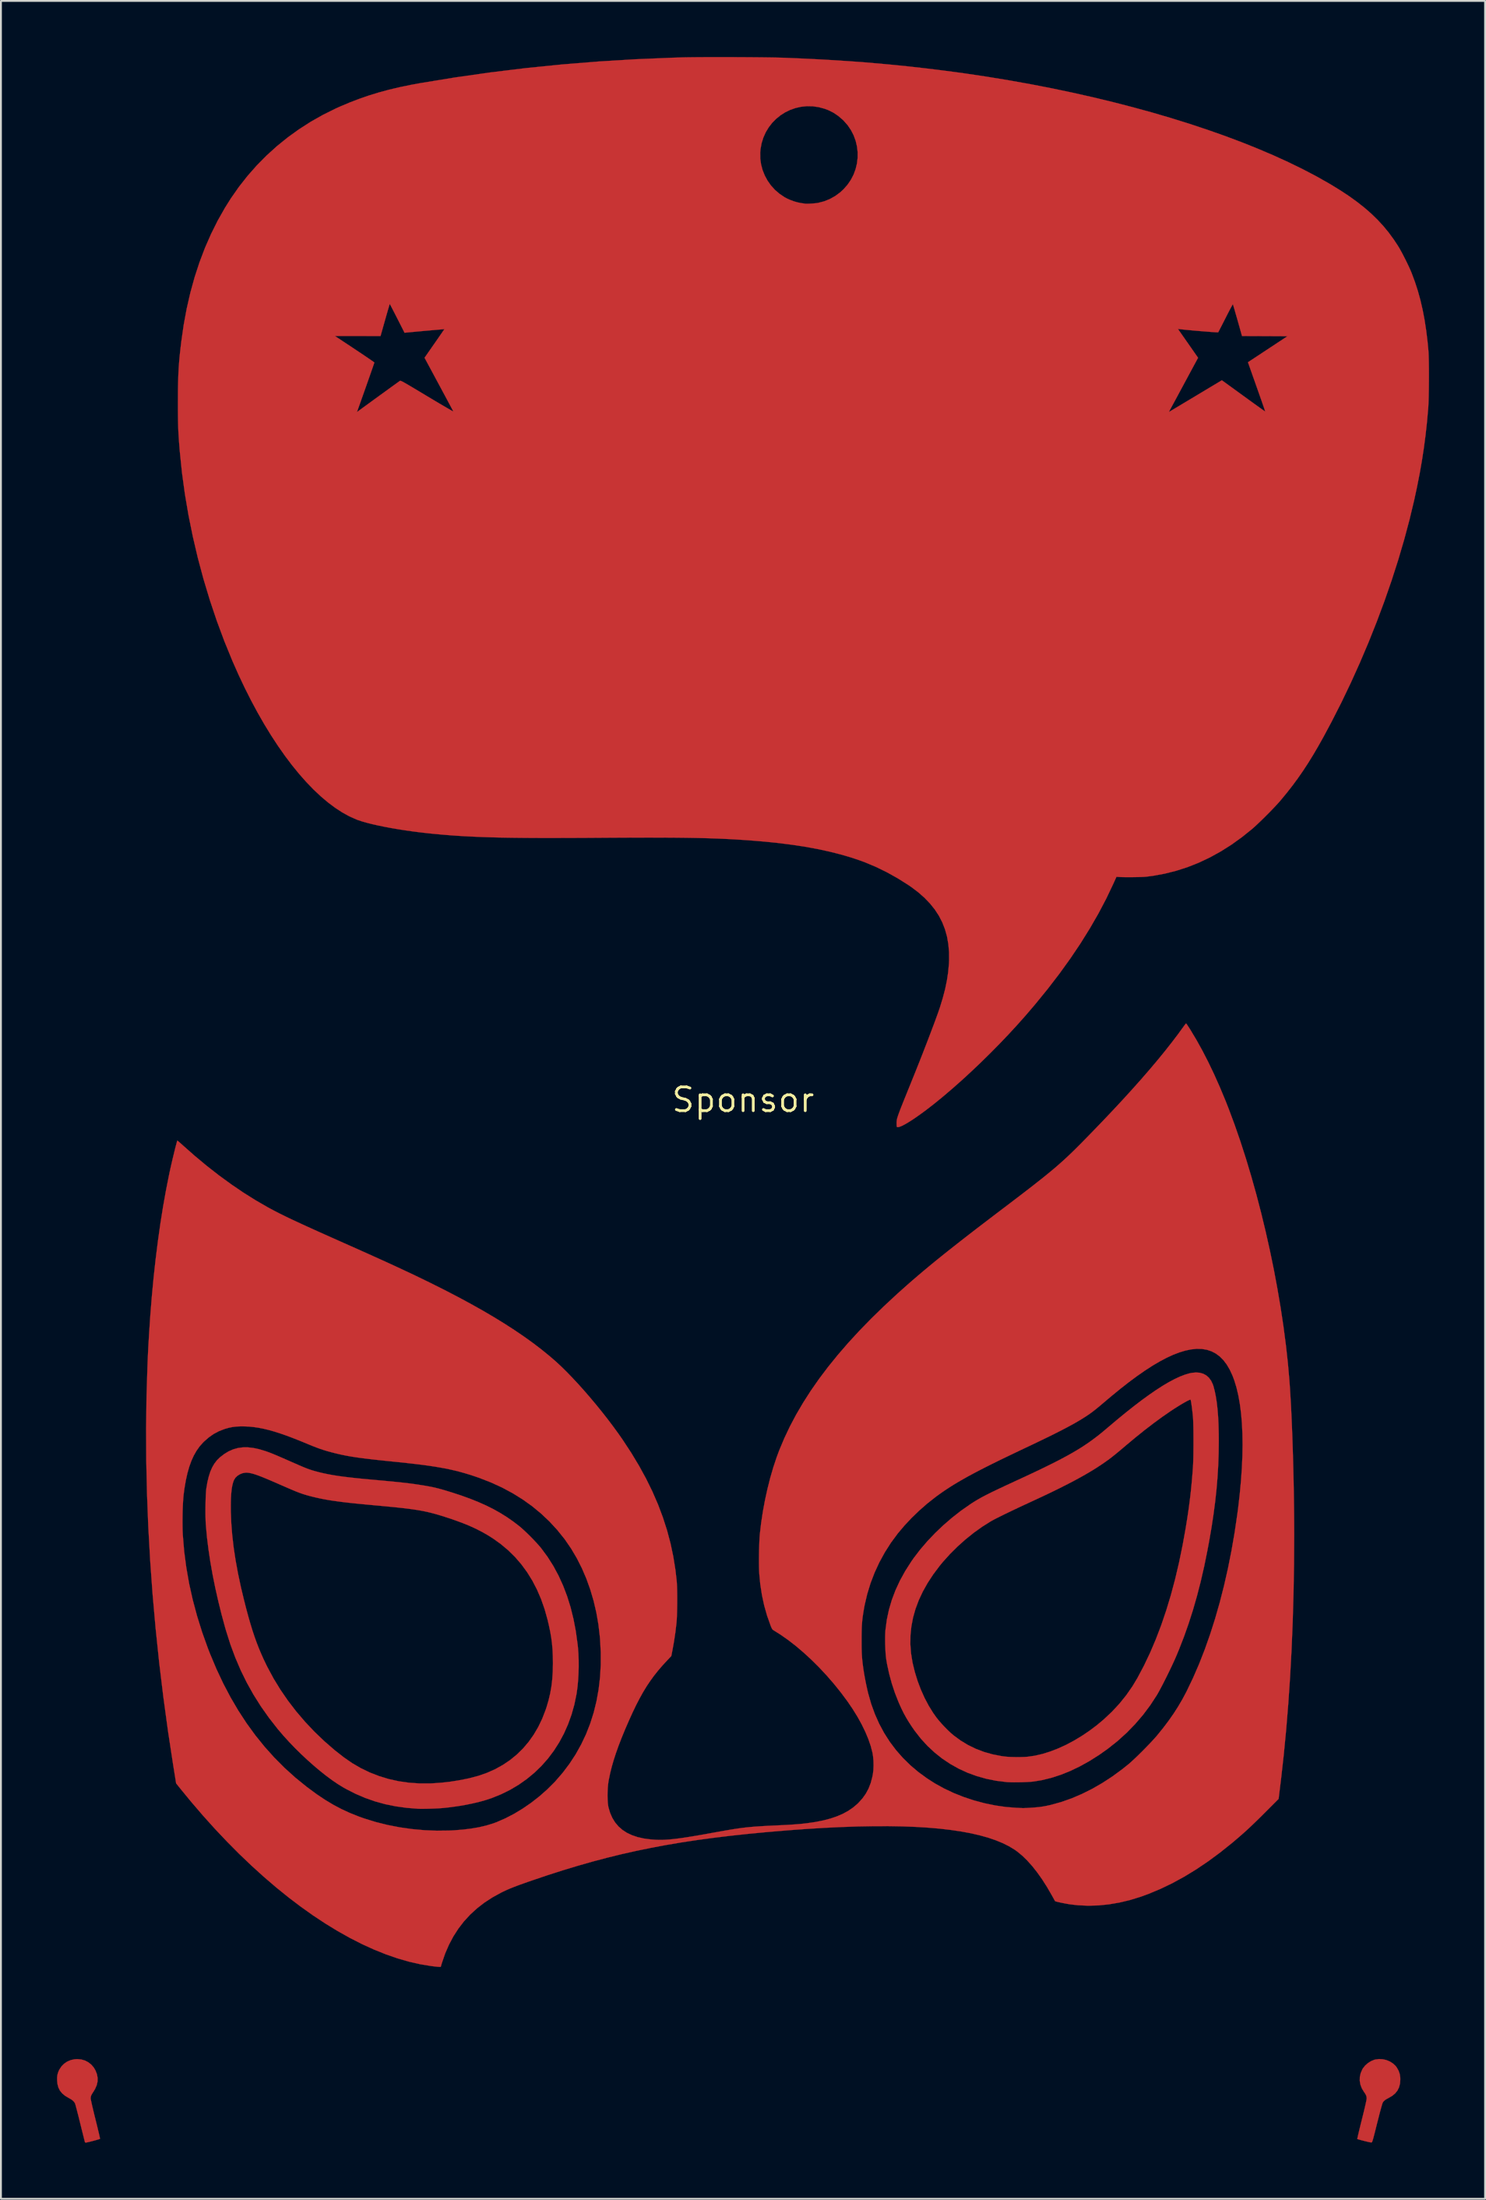
<source format=kicad_pcb>
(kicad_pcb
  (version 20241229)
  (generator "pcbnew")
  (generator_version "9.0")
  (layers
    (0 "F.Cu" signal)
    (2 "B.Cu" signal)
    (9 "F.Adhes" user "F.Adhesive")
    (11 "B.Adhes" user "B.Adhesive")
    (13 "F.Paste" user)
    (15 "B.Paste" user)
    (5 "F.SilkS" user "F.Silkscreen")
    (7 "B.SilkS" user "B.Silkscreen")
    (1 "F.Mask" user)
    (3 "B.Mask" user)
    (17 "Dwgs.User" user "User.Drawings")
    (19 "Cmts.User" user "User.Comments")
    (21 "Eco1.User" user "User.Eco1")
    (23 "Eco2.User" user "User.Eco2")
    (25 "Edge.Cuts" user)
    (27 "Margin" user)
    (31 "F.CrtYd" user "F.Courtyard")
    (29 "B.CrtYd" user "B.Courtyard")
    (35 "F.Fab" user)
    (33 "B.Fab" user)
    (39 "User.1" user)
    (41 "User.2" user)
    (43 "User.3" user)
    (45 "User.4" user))
  (footprint "Sponsor"
    (layer "F.Cu")
    (at 36.705 55.775)
    (property "Reference" "Sponsor" (at 0 0 0) (layer "F.SilkS") (effects (font (size 1.27 1.27) (thickness 0.15))))
    (attr through_hole)
    (fp_poly (pts (xy 34.223 51.316) (xy 34.418 51.36) (xy 34.601 51.436) (xy 34.767 51.541) (xy 34.907 51.671) (xy 34.977 51.764) (xy 35.073 51.935) (xy 35.133 52.111) (xy 35.161 52.303) (xy 35.163 52.398) (xy 35.146 52.62) (xy 35.095 52.817) (xy 35.009 52.991) (xy 34.887 53.143) (xy 34.728 53.275) (xy 34.544 53.382) (xy 34.42 53.449) (xy 34.33 53.51) (xy 34.265 53.573) (xy 34.228 53.624) (xy 34.212 53.663) (xy 34.186 53.74) (xy 34.153 53.854) (xy 34.112 54.002) (xy 34.064 54.181) (xy 34.01 54.39) (xy 33.95 54.626) (xy 33.923 54.73) (xy 33.865 54.963) (xy 33.816 55.158) (xy 33.775 55.318) (xy 33.741 55.447) (xy 33.714 55.549) (xy 33.692 55.626) (xy 33.674 55.682) (xy 33.659 55.721) (xy 33.647 55.746) (xy 33.635 55.759) (xy 33.624 55.765) (xy 33.612 55.767) (xy 33.575 55.763) (xy 33.504 55.75) (xy 33.409 55.729) (xy 33.298 55.702) (xy 33.217 55.682) (xy 33.103 55.652) (xy 33.003 55.625) (xy 32.925 55.603) (xy 32.875 55.587) (xy 32.862 55.581) (xy 32.864 55.559) (xy 32.876 55.499) (xy 32.897 55.406) (xy 32.925 55.285) (xy 32.96 55.137) (xy 33.001 54.969) (xy 33.046 54.784) (xy 33.096 54.585) (xy 33.106 54.544) (xy 33.164 54.312) (xy 33.216 54.099) (xy 33.261 53.909) (xy 33.299 53.744) (xy 33.329 53.608) (xy 33.35 53.504) (xy 33.362 53.436) (xy 33.364 53.414) (xy 33.357 53.33) (xy 33.333 53.25) (xy 33.286 53.161) (xy 33.218 53.062) (xy 33.103 52.871) (xy 33.028 52.671) (xy 32.993 52.467) (xy 32.998 52.261) (xy 33.043 52.058) (xy 33.128 51.862) (xy 33.168 51.794) (xy 33.281 51.653) (xy 33.424 51.527) (xy 33.586 51.423) (xy 33.756 51.35) (xy 33.825 51.331) (xy 34.023 51.305) (xy 34.223 51.316)) (stroke (width 0.01) (type solid)) (fill yes) (layer "F.Cu"))
    (fp_poly (pts (xy -35.407 51.328) (xy -35.208 51.386) (xy -35.026 51.481) (xy -34.867 51.608) (xy -34.733 51.766) (xy -34.65 51.909) (xy -34.57 52.112) (xy -34.533 52.311) (xy -34.536 52.51) (xy -34.582 52.708) (xy -34.67 52.908) (xy -34.746 53.035) (xy -34.813 53.138) (xy -34.858 53.216) (xy -34.885 53.28) (xy -34.899 53.338) (xy -34.904 53.401) (xy -34.904 53.416) (xy -34.899 53.455) (xy -34.884 53.53) (xy -34.861 53.638) (xy -34.831 53.774) (xy -34.794 53.933) (xy -34.751 54.111) (xy -34.705 54.304) (xy -34.654 54.507) (xy -34.649 54.529) (xy -34.599 54.73) (xy -34.552 54.919) (xy -34.511 55.092) (xy -34.474 55.244) (xy -34.444 55.372) (xy -34.422 55.472) (xy -34.408 55.539) (xy -34.403 55.57) (xy -34.403 55.571) (xy -34.424 55.582) (xy -34.479 55.6) (xy -34.56 55.624) (xy -34.658 55.652) (xy -34.766 55.681) (xy -34.875 55.709) (xy -34.979 55.735) (xy -35.068 55.756) (xy -35.136 55.77) (xy -35.174 55.775) (xy -35.174 55.775) (xy -35.206 55.757) (xy -35.211 55.748) (xy -35.218 55.722) (xy -35.234 55.66) (xy -35.258 55.565) (xy -35.289 55.441) (xy -35.326 55.292) (xy -35.369 55.123) (xy -35.415 54.937) (xy -35.464 54.739) (xy -35.467 54.726) (xy -35.517 54.526) (xy -35.564 54.337) (xy -35.609 54.164) (xy -35.648 54.01) (xy -35.683 53.88) (xy -35.71 53.778) (xy -35.73 53.709) (xy -35.741 53.676) (xy -35.741 53.676) (xy -35.793 53.595) (xy -35.862 53.524) (xy -35.956 53.456) (xy -36.083 53.384) (xy -36.086 53.383) (xy -36.278 53.268) (xy -36.431 53.139) (xy -36.548 52.994) (xy -36.63 52.829) (xy -36.68 52.64) (xy -36.698 52.463) (xy -36.7 52.296) (xy -36.684 52.155) (xy -36.648 52.025) (xy -36.591 51.891) (xy -36.579 51.87) (xy -36.467 51.698) (xy -36.325 51.554) (xy -36.157 51.441) (xy -35.969 51.361) (xy -35.763 51.317) (xy -35.62 51.308) (xy -35.407 51.328)) (stroke (width 0.01) (type solid)) (fill yes) (layer "F.Cu"))
    (fp_poly (pts (xy 24.438 14.599) (xy 24.622 14.653) (xy 24.785 14.742) (xy 24.925 14.867) (xy 25.042 15.027) (xy 25.133 15.221) (xy 25.167 15.321) (xy 25.236 15.587) (xy 25.295 15.88) (xy 25.345 16.204) (xy 25.384 16.559) (xy 25.415 16.948) (xy 25.436 17.372) (xy 25.448 17.835) (xy 25.451 18.277) (xy 25.443 18.919) (xy 25.42 19.555) (xy 25.382 20.192) (xy 25.328 20.834) (xy 25.258 21.488) (xy 25.17 22.159) (xy 25.065 22.853) (xy 24.941 23.575) (xy 24.837 24.13) (xy 24.666 24.97) (xy 24.481 25.774) (xy 24.282 26.546) (xy 24.068 27.291) (xy 23.837 28.013) (xy 23.588 28.717) (xy 23.32 29.406) (xy 23.174 29.755) (xy 23.098 29.93) (xy 23.008 30.127) (xy 22.908 30.34) (xy 22.801 30.563) (xy 22.69 30.79) (xy 22.578 31.014) (xy 22.469 31.229) (xy 22.365 31.428) (xy 22.27 31.606) (xy 22.186 31.756) (xy 22.137 31.84) (xy 21.786 32.379) (xy 21.4 32.894) (xy 20.98 33.384) (xy 20.527 33.85) (xy 20.041 34.29) (xy 19.522 34.703) (xy 19.039 35.045) (xy 18.525 35.369) (xy 18.013 35.653) (xy 17.502 35.898) (xy 16.994 36.102) (xy 16.49 36.265) (xy 15.991 36.387) (xy 15.557 36.459) (xy 15.427 36.473) (xy 15.265 36.484) (xy 15.08 36.493) (xy 14.882 36.5) (xy 14.682 36.503) (xy 14.488 36.504) (xy 14.312 36.501) (xy 14.162 36.495) (xy 14.097 36.49) (xy 13.548 36.422) (xy 13.017 36.316) (xy 12.504 36.172) (xy 12.01 35.992) (xy 11.537 35.775) (xy 11.085 35.522) (xy 10.655 35.235) (xy 10.249 34.912) (xy 9.866 34.556) (xy 9.51 34.167) (xy 9.179 33.744) (xy 9.008 33.496) (xy 8.851 33.253) (xy 8.715 33.025) (xy 8.592 32.801) (xy 8.476 32.566) (xy 8.359 32.308) (xy 8.317 32.212) (xy 8.126 31.726) (xy 7.957 31.216) (xy 7.815 30.695) (xy 7.703 30.178) (xy 7.659 29.919) (xy 7.64 29.769) (xy 7.625 29.587) (xy 7.613 29.383) (xy 7.605 29.166) (xy 7.604 29.123) (xy 8.949 29.123) (xy 8.986 29.604) (xy 9.064 30.087) (xy 9.072 30.127) (xy 9.19 30.61) (xy 9.337 31.085) (xy 9.511 31.546) (xy 9.71 31.989) (xy 9.931 32.407) (xy 10.171 32.795) (xy 10.339 33.031) (xy 10.469 33.194) (xy 10.622 33.37) (xy 10.788 33.548) (xy 10.958 33.719) (xy 11.123 33.874) (xy 11.263 33.993) (xy 11.64 34.271) (xy 12.037 34.511) (xy 12.453 34.713) (xy 12.889 34.879) (xy 13.346 35.008) (xy 13.824 35.101) (xy 14.011 35.126) (xy 14.149 35.139) (xy 14.317 35.148) (xy 14.505 35.153) (xy 14.7 35.155) (xy 14.891 35.153) (xy 15.068 35.147) (xy 15.217 35.137) (xy 15.231 35.135) (xy 15.615 35.08) (xy 16.012 34.988) (xy 16.421 34.861) (xy 16.838 34.701) (xy 17.258 34.51) (xy 17.678 34.289) (xy 18.096 34.04) (xy 18.506 33.765) (xy 18.907 33.466) (xy 19.288 33.148) (xy 19.729 32.734) (xy 20.134 32.299) (xy 20.502 31.842) (xy 20.835 31.363) (xy 21.098 30.924) (xy 21.447 30.266) (xy 21.775 29.577) (xy 22.082 28.856) (xy 22.37 28.103) (xy 22.637 27.316) (xy 22.886 26.495) (xy 23.115 25.639) (xy 23.325 24.746) (xy 23.516 23.818) (xy 23.675 22.935) (xy 23.761 22.405) (xy 23.836 21.904) (xy 23.9 21.422) (xy 23.956 20.947) (xy 24.003 20.468) (xy 24.045 19.975) (xy 24.07 19.622) (xy 24.078 19.487) (xy 24.084 19.321) (xy 24.089 19.128) (xy 24.093 18.914) (xy 24.095 18.686) (xy 24.097 18.449) (xy 24.097 18.209) (xy 24.096 17.972) (xy 24.095 17.744) (xy 24.091 17.531) (xy 24.087 17.339) (xy 24.082 17.174) (xy 24.075 17.041) (xy 24.07 16.976) (xy 24.057 16.834) (xy 24.041 16.688) (xy 24.023 16.542) (xy 24.006 16.403) (xy 23.988 16.278) (xy 23.972 16.173) (xy 23.957 16.094) (xy 23.946 16.047) (xy 23.942 16.038) (xy 23.914 16.039) (xy 23.855 16.062) (xy 23.769 16.103) (xy 23.659 16.163) (xy 23.529 16.237) (xy 23.383 16.324) (xy 23.224 16.422) (xy 23.056 16.529) (xy 22.884 16.642) (xy 22.853 16.663) (xy 22.418 16.964) (xy 21.962 17.298) (xy 21.485 17.664) (xy 20.986 18.065) (xy 20.465 18.5) (xy 20.352 18.596) (xy 20.216 18.711) (xy 20.077 18.827) (xy 19.94 18.94) (xy 19.814 19.041) (xy 19.706 19.127) (xy 19.632 19.184) (xy 19.396 19.355) (xy 19.149 19.525) (xy 18.887 19.696) (xy 18.609 19.867) (xy 18.312 20.042) (xy 17.993 20.221) (xy 17.65 20.406) (xy 17.28 20.597) (xy 16.882 20.798) (xy 16.451 21.008) (xy 15.986 21.229) (xy 15.485 21.462) (xy 15.346 21.526) (xy 15.037 21.669) (xy 14.741 21.807) (xy 14.46 21.94) (xy 14.198 22.066) (xy 13.958 22.182) (xy 13.742 22.289) (xy 13.555 22.383) (xy 13.399 22.464) (xy 13.278 22.53) (xy 13.237 22.554) (xy 12.785 22.839) (xy 12.336 23.161) (xy 11.896 23.515) (xy 11.471 23.895) (xy 11.069 24.295) (xy 10.694 24.711) (xy 10.514 24.929) (xy 10.172 25.386) (xy 9.872 25.844) (xy 9.614 26.304) (xy 9.398 26.767) (xy 9.224 27.233) (xy 9.092 27.701) (xy 9.003 28.172) (xy 8.955 28.646) (xy 8.949 29.123) (xy 7.604 29.123) (xy 7.601 28.948) (xy 7.601 28.736) (xy 7.606 28.543) (xy 7.616 28.376) (xy 7.619 28.348) (xy 7.69 27.81) (xy 7.803 27.278) (xy 7.958 26.751) (xy 8.155 26.23) (xy 8.394 25.714) (xy 8.675 25.204) (xy 8.998 24.698) (xy 9.126 24.514) (xy 9.472 24.062) (xy 9.855 23.615) (xy 10.27 23.178) (xy 10.711 22.758) (xy 11.174 22.358) (xy 11.653 21.983) (xy 12.139 21.643) (xy 12.254 21.567) (xy 12.366 21.496) (xy 12.478 21.427) (xy 12.592 21.36) (xy 12.714 21.291) (xy 12.844 21.22) (xy 12.988 21.145) (xy 13.147 21.065) (xy 13.324 20.977) (xy 13.524 20.881) (xy 13.749 20.774) (xy 14.002 20.655) (xy 14.287 20.523) (xy 14.606 20.375) (xy 14.711 20.327) (xy 15.178 20.111) (xy 15.609 19.908) (xy 16.005 19.719) (xy 16.371 19.54) (xy 16.709 19.371) (xy 17.02 19.21) (xy 17.309 19.055) (xy 17.578 18.905) (xy 17.83 18.758) (xy 18.067 18.613) (xy 18.292 18.467) (xy 18.508 18.32) (xy 18.717 18.169) (xy 18.923 18.014) (xy 19.128 17.852) (xy 19.334 17.682) (xy 19.494 17.546) (xy 19.992 17.126) (xy 20.464 16.739) (xy 20.91 16.385) (xy 21.333 16.063) (xy 21.731 15.774) (xy 22.105 15.516) (xy 22.456 15.291) (xy 22.784 15.097) (xy 23.09 14.935) (xy 23.373 14.803) (xy 23.636 14.702) (xy 23.877 14.631) (xy 24.01 14.604) (xy 24.234 14.583) (xy 24.438 14.599)) (stroke (width 0.01) (type solid)) (fill yes) (layer "F.Cu"))
    (fp_poly (pts (xy -26.195 18.622) (xy -25.881 18.69) (xy -25.544 18.792) (xy -25.437 18.83) (xy -25.352 18.861) (xy -25.265 18.894) (xy -25.172 18.931) (xy -25.068 18.974) (xy -24.948 19.024) (xy -24.809 19.084) (xy -24.646 19.154) (xy -24.455 19.238) (xy -24.23 19.337) (xy -24.162 19.367) (xy -23.945 19.462) (xy -23.762 19.542) (xy -23.607 19.609) (xy -23.474 19.664) (xy -23.359 19.71) (xy -23.256 19.748) (xy -23.16 19.782) (xy -23.066 19.813) (xy -22.968 19.842) (xy -22.901 19.861) (xy -22.677 19.921) (xy -22.44 19.977) (xy -22.187 20.029) (xy -21.915 20.078) (xy -21.62 20.124) (xy -21.298 20.167) (xy -20.945 20.209) (xy -20.558 20.25) (xy -20.133 20.291) (xy -20.055 20.298) (xy -19.702 20.33) (xy -19.386 20.359) (xy -19.106 20.385) (xy -18.857 20.408) (xy -18.635 20.43) (xy -18.436 20.45) (xy -18.258 20.469) (xy -18.096 20.487) (xy -17.947 20.504) (xy -17.806 20.522) (xy -17.671 20.54) (xy -17.537 20.559) (xy -17.402 20.579) (xy -17.293 20.596) (xy -17.058 20.633) (xy -16.851 20.669) (xy -16.663 20.705) (xy -16.484 20.744) (xy -16.306 20.788) (xy -16.118 20.839) (xy -15.912 20.899) (xy -15.677 20.971) (xy -15.61 20.991) (xy -15.093 21.16) (xy -14.614 21.333) (xy -14.168 21.511) (xy -13.752 21.696) (xy -13.36 21.891) (xy -12.99 22.099) (xy -12.636 22.32) (xy -12.294 22.558) (xy -11.989 22.791) (xy -11.861 22.898) (xy -11.714 23.031) (xy -11.554 23.182) (xy -11.389 23.344) (xy -11.226 23.511) (xy -11.072 23.674) (xy -10.934 23.827) (xy -10.819 23.962) (xy -10.8 23.986) (xy -10.46 24.446) (xy -10.152 24.932) (xy -9.876 25.444) (xy -9.63 25.983) (xy -9.414 26.549) (xy -9.229 27.142) (xy -9.075 27.764) (xy -8.95 28.415) (xy -8.856 29.096) (xy -8.834 29.295) (xy -8.81 29.614) (xy -8.797 29.959) (xy -8.795 30.32) (xy -8.805 30.686) (xy -8.826 31.046) (xy -8.857 31.389) (xy -8.899 31.704) (xy -8.912 31.786) (xy -9.027 32.346) (xy -9.179 32.885) (xy -9.365 33.402) (xy -9.585 33.897) (xy -9.838 34.367) (xy -10.123 34.813) (xy -10.439 35.233) (xy -10.786 35.625) (xy -11.162 35.989) (xy -11.567 36.324) (xy -11.999 36.629) (xy -12.458 36.902) (xy -12.943 37.142) (xy -13.453 37.349) (xy -13.455 37.349) (xy -13.757 37.449) (xy -14.094 37.544) (xy -14.46 37.631) (xy -14.845 37.71) (xy -15.244 37.778) (xy -15.65 37.835) (xy -16.023 37.876) (xy -16.159 37.887) (xy -16.323 37.897) (xy -16.503 37.906) (xy -16.692 37.913) (xy -16.88 37.918) (xy -17.058 37.921) (xy -17.216 37.922) (xy -17.345 37.92) (xy -17.388 37.918) (xy -17.999 37.87) (xy -18.585 37.788) (xy -19.15 37.673) (xy -19.697 37.522) (xy -20.229 37.335) (xy -20.748 37.112) (xy -21.258 36.851) (xy -21.39 36.776) (xy -21.679 36.599) (xy -21.986 36.39) (xy -22.307 36.152) (xy -22.638 35.89) (xy -22.974 35.606) (xy -23.312 35.306) (xy -23.647 34.992) (xy -23.975 34.669) (xy -24.292 34.339) (xy -24.593 34.008) (xy -24.875 33.678) (xy -24.905 33.642) (xy -25.372 33.044) (xy -25.801 32.435) (xy -26.193 31.813) (xy -26.55 31.174) (xy -26.874 30.516) (xy -27.166 29.834) (xy -27.429 29.126) (xy -27.663 28.388) (xy -27.704 28.247) (xy -27.9 27.527) (xy -28.078 26.81) (xy -28.238 26.1) (xy -28.379 25.401) (xy -28.5 24.719) (xy -28.6 24.057) (xy -28.679 23.42) (xy -28.735 22.813) (xy -28.746 22.665) (xy -28.754 22.514) (xy -28.759 22.336) (xy -28.762 22.139) (xy -28.762 21.931) (xy -28.76 21.718) (xy -28.759 21.618) (xy -27.407 21.618) (xy -27.406 21.952) (xy -27.405 22.032) (xy -27.381 22.643) (xy -27.332 23.275) (xy -27.256 23.931) (xy -27.154 24.611) (xy -27.025 25.318) (xy -26.869 26.053) (xy -26.701 26.755) (xy -26.585 27.21) (xy -26.472 27.629) (xy -26.361 28.016) (xy -26.251 28.375) (xy -26.139 28.713) (xy -26.023 29.034) (xy -25.903 29.343) (xy -25.776 29.645) (xy -25.641 29.945) (xy -25.495 30.248) (xy -25.453 30.332) (xy -25.123 30.946) (xy -24.754 31.549) (xy -24.348 32.139) (xy -23.907 32.713) (xy -23.434 33.267) (xy -22.932 33.799) (xy -22.402 34.306) (xy -21.848 34.786) (xy -21.364 35.166) (xy -20.918 35.475) (xy -20.453 35.746) (xy -19.97 35.979) (xy -19.47 36.173) (xy -18.954 36.33) (xy -18.423 36.447) (xy -17.878 36.525) (xy -17.319 36.564) (xy -16.748 36.564) (xy -16.542 36.554) (xy -16.095 36.52) (xy -15.662 36.47) (xy -15.228 36.402) (xy -14.778 36.314) (xy -14.658 36.288) (xy -14.168 36.16) (xy -13.703 35.998) (xy -13.263 35.802) (xy -12.851 35.574) (xy -12.465 35.314) (xy -12.107 35.021) (xy -11.776 34.697) (xy -11.474 34.342) (xy -11.201 33.957) (xy -10.957 33.542) (xy -10.744 33.097) (xy -10.561 32.623) (xy -10.513 32.479) (xy -10.405 32.11) (xy -10.319 31.746) (xy -10.254 31.379) (xy -10.209 30.999) (xy -10.182 30.598) (xy -10.173 30.167) (xy -10.173 30.12) (xy -10.178 29.754) (xy -10.193 29.414) (xy -10.221 29.09) (xy -10.262 28.771) (xy -10.318 28.444) (xy -10.391 28.099) (xy -10.456 27.822) (xy -10.615 27.251) (xy -10.804 26.711) (xy -11.023 26.201) (xy -11.272 25.72) (xy -11.551 25.269) (xy -11.86 24.847) (xy -12.199 24.454) (xy -12.569 24.09) (xy -12.969 23.755) (xy -13.377 23.463) (xy -13.676 23.275) (xy -13.983 23.101) (xy -14.303 22.938) (xy -14.643 22.783) (xy -15.01 22.634) (xy -15.408 22.488) (xy -15.723 22.381) (xy -15.941 22.31) (xy -16.143 22.246) (xy -16.335 22.188) (xy -16.519 22.136) (xy -16.7 22.089) (xy -16.88 22.045) (xy -17.065 22.006) (xy -17.256 21.969) (xy -17.458 21.935) (xy -17.675 21.903) (xy -17.91 21.871) (xy -18.166 21.84) (xy -18.448 21.809) (xy -18.76 21.777) (xy -19.103 21.744) (xy -19.484 21.708) (xy -19.738 21.685) (xy -20.158 21.646) (xy -20.54 21.609) (xy -20.887 21.574) (xy -21.202 21.539) (xy -21.489 21.505) (xy -21.751 21.47) (xy -21.992 21.436) (xy -22.216 21.4) (xy -22.426 21.362) (xy -22.626 21.322) (xy -22.819 21.28) (xy -23.009 21.235) (xy -23.04 21.227) (xy -23.179 21.192) (xy -23.306 21.157) (xy -23.426 21.122) (xy -23.544 21.085) (xy -23.665 21.043) (xy -23.794 20.996) (xy -23.936 20.94) (xy -24.095 20.874) (xy -24.278 20.796) (xy -24.489 20.705) (xy -24.733 20.598) (xy -24.765 20.584) (xy -25.058 20.456) (xy -25.316 20.345) (xy -25.542 20.25) (xy -25.738 20.17) (xy -25.909 20.104) (xy -26.057 20.051) (xy -26.185 20.01) (xy -26.297 19.98) (xy -26.394 19.959) (xy -26.481 19.947) (xy -26.561 19.942) (xy -26.617 19.943) (xy -26.771 19.968) (xy -26.919 20.025) (xy -27.051 20.109) (xy -27.16 20.214) (xy -27.237 20.335) (xy -27.241 20.345) (xy -27.29 20.483) (xy -27.331 20.647) (xy -27.362 20.84) (xy -27.385 21.065) (xy -27.4 21.323) (xy -27.407 21.618) (xy -28.759 21.618) (xy -28.757 21.509) (xy -28.751 21.308) (xy -28.743 21.125) (xy -28.734 20.967) (xy -28.723 20.839) (xy -28.716 20.786) (xy -28.659 20.451) (xy -28.588 20.155) (xy -28.504 19.892) (xy -28.404 19.662) (xy -28.286 19.46) (xy -28.151 19.284) (xy -27.996 19.13) (xy -27.986 19.121) (xy -27.755 18.943) (xy -27.521 18.801) (xy -27.279 18.695) (xy -27.028 18.624) (xy -26.766 18.589) (xy -26.489 18.588) (xy -26.195 18.622)) (stroke (width 0.01) (type solid)) (fill yes) (layer "F.Cu"))
    (fp_poly (pts (xy -1.015 -55.77) (xy -0.666 -55.769) (xy -0.315 -55.768) (xy 0.033 -55.766) (xy 0.374 -55.764) (xy 0.704 -55.761) (xy 1.019 -55.758) (xy 1.314 -55.754) (xy 1.585 -55.75) (xy 1.828 -55.745) (xy 2.038 -55.74) (xy 2.212 -55.735) (xy 2.254 -55.733) (xy 3.163 -55.695) (xy 4.036 -55.652) (xy 4.878 -55.604) (xy 5.697 -55.55) (xy 6.497 -55.491) (xy 7.285 -55.425) (xy 8.067 -55.352) (xy 8.849 -55.272) (xy 9.637 -55.184) (xy 10.436 -55.088) (xy 10.71 -55.053) (xy 11.889 -54.895) (xy 13.059 -54.72) (xy 14.217 -54.53) (xy 15.363 -54.325) (xy 16.495 -54.106) (xy 17.61 -53.872) (xy 18.708 -53.625) (xy 19.787 -53.365) (xy 20.846 -53.092) (xy 21.882 -52.808) (xy 22.894 -52.511) (xy 23.881 -52.204) (xy 24.841 -51.885) (xy 25.772 -51.557) (xy 26.672 -51.219) (xy 27.541 -50.871) (xy 28.377 -50.515) (xy 29.177 -50.15) (xy 29.94 -49.778) (xy 30.666 -49.398) (xy 31.351 -49.011) (xy 31.496 -48.925) (xy 31.993 -48.618) (xy 32.451 -48.314) (xy 32.873 -48.008) (xy 33.261 -47.7) (xy 33.62 -47.386) (xy 33.951 -47.064) (xy 34.258 -46.73) (xy 34.544 -46.382) (xy 34.811 -46.017) (xy 35.034 -45.68) (xy 35.118 -45.54) (xy 35.213 -45.37) (xy 35.315 -45.179) (xy 35.419 -44.975) (xy 35.521 -44.769) (xy 35.616 -44.569) (xy 35.7 -44.384) (xy 35.768 -44.223) (xy 35.77 -44.217) (xy 35.946 -43.745) (xy 36.102 -43.263) (xy 36.239 -42.766) (xy 36.358 -42.25) (xy 36.461 -41.711) (xy 36.548 -41.144) (xy 36.621 -40.544) (xy 36.665 -40.079) (xy 36.673 -39.957) (xy 36.68 -39.799) (xy 36.685 -39.61) (xy 36.689 -39.395) (xy 36.692 -39.16) (xy 36.693 -38.911) (xy 36.693 -38.653) (xy 36.692 -38.391) (xy 36.69 -38.133) (xy 36.686 -37.882) (xy 36.682 -37.645) (xy 36.676 -37.428) (xy 36.669 -37.235) (xy 36.661 -37.072) (xy 36.654 -36.978) (xy 36.59 -36.254) (xy 36.513 -35.552) (xy 36.422 -34.862) (xy 36.317 -34.175) (xy 36.195 -33.481) (xy 36.054 -32.768) (xy 35.908 -32.089) (xy 35.655 -31.032) (xy 35.368 -29.958) (xy 35.048 -28.871) (xy 34.696 -27.775) (xy 34.314 -26.675) (xy 33.903 -25.575) (xy 33.466 -24.478) (xy 33.004 -23.39) (xy 32.519 -22.315) (xy 32.012 -21.256) (xy 31.484 -20.219) (xy 31.059 -19.425) (xy 30.777 -18.922) (xy 30.503 -18.454) (xy 30.232 -18.015) (xy 29.961 -17.6) (xy 29.685 -17.203) (xy 29.401 -16.817) (xy 29.105 -16.438) (xy 28.793 -16.059) (xy 28.727 -15.981) (xy 28.62 -15.86) (xy 28.489 -15.718) (xy 28.339 -15.56) (xy 28.176 -15.391) (xy 28.005 -15.219) (xy 27.833 -15.048) (xy 27.665 -14.885) (xy 27.508 -14.735) (xy 27.366 -14.604) (xy 27.247 -14.499) (xy 27.239 -14.491) (xy 26.689 -14.049) (xy 26.129 -13.647) (xy 25.558 -13.286) (xy 24.977 -12.966) (xy 24.386 -12.686) (xy 23.786 -12.448) (xy 23.175 -12.251) (xy 22.555 -12.095) (xy 21.926 -11.98) (xy 21.579 -11.935) (xy 21.487 -11.927) (xy 21.36 -11.92) (xy 21.208 -11.915) (xy 21.037 -11.911) (xy 20.858 -11.908) (xy 20.678 -11.907) (xy 20.505 -11.907) (xy 20.348 -11.909) (xy 20.214 -11.913) (xy 20.143 -11.917) (xy 19.976 -11.927) (xy 19.809 -11.557) (xy 19.432 -10.765) (xy 19.014 -9.97) (xy 18.554 -9.172) (xy 18.054 -8.369) (xy 17.512 -7.563) (xy 16.928 -6.752) (xy 16.302 -5.937) (xy 15.635 -5.118) (xy 15.114 -4.508) (xy 14.665 -4.004) (xy 14.197 -3.496) (xy 13.713 -2.989) (xy 13.217 -2.487) (xy 12.715 -1.994) (xy 12.21 -1.514) (xy 11.707 -1.052) (xy 11.21 -0.612) (xy 10.724 -0.197) (xy 10.252 0.189) (xy 9.982 0.4) (xy 9.719 0.6) (xy 9.471 0.781) (xy 9.241 0.944) (xy 9.029 1.086) (xy 8.837 1.207) (xy 8.668 1.306) (xy 8.523 1.382) (xy 8.404 1.433) (xy 8.312 1.459) (xy 8.249 1.459) (xy 8.227 1.446) (xy 8.22 1.42) (xy 8.215 1.362) (xy 8.213 1.285) (xy 8.213 1.269) (xy 8.213 1.224) (xy 8.214 1.181) (xy 8.217 1.139) (xy 8.222 1.095) (xy 8.232 1.046) (xy 8.245 0.99) (xy 8.265 0.923) (xy 8.29 0.845) (xy 8.323 0.751) (xy 8.364 0.641) (xy 8.413 0.51) (xy 8.473 0.357) (xy 8.544 0.179) (xy 8.626 -0.026) (xy 8.721 -0.261) (xy 8.829 -0.529) (xy 8.952 -0.831) (xy 9.046 -1.065) (xy 9.178 -1.391) (xy 9.312 -1.726) (xy 9.447 -2.065) (xy 9.581 -2.405) (xy 9.712 -2.743) (xy 9.84 -3.073) (xy 9.962 -3.392) (xy 10.078 -3.698) (xy 10.186 -3.984) (xy 10.285 -4.249) (xy 10.372 -4.488) (xy 10.447 -4.697) (xy 10.507 -4.872) (xy 10.531 -4.942) (xy 10.685 -5.445) (xy 10.81 -5.923) (xy 10.905 -6.381) (xy 10.972 -6.825) (xy 11.012 -7.258) (xy 11.021 -7.451) (xy 11.019 -7.9) (xy 10.982 -8.327) (xy 10.911 -8.734) (xy 10.803 -9.121) (xy 10.659 -9.49) (xy 10.478 -9.842) (xy 10.259 -10.178) (xy 10.001 -10.499) (xy 9.705 -10.807) (xy 9.369 -11.103) (xy 8.992 -11.387) (xy 8.839 -11.492) (xy 8.275 -11.847) (xy 7.699 -12.169) (xy 7.116 -12.454) (xy 6.531 -12.7) (xy 6.318 -12.78) (xy 5.785 -12.96) (xy 5.223 -13.124) (xy 4.63 -13.274) (xy 4.005 -13.41) (xy 3.347 -13.531) (xy 2.654 -13.637) (xy 1.924 -13.731) (xy 1.156 -13.81) (xy 0.54 -13.862) (xy 0.232 -13.885) (xy -0.075 -13.906) (xy -0.383 -13.925) (xy -0.695 -13.943) (xy -1.013 -13.958) (xy -1.339 -13.972) (xy -1.676 -13.984) (xy -2.027 -13.995) (xy -2.393 -14.004) (xy -2.776 -14.011) (xy -3.18 -14.017) (xy -3.607 -14.022) (xy -4.058 -14.025) (xy -4.537 -14.027) (xy -5.046 -14.028) (xy -5.587 -14.027) (xy -6.162 -14.025) (xy -6.774 -14.022) (xy -7.425 -14.018) (xy -7.656 -14.016) (xy -8.357 -14.011) (xy -9.018 -14.008) (xy -9.641 -14.006) (xy -10.228 -14.005) (xy -10.782 -14.005) (xy -11.303 -14.007) (xy -11.796 -14.011) (xy -12.261 -14.016) (xy -12.701 -14.023) (xy -13.119 -14.031) (xy -13.515 -14.042) (xy -13.893 -14.054) (xy -14.254 -14.068) (xy -14.601 -14.084) (xy -14.936 -14.101) (xy -15.261 -14.121) (xy -15.578 -14.143) (xy -15.89 -14.167) (xy -16.198 -14.194) (xy -16.504 -14.222) (xy -16.811 -14.253) (xy -16.849 -14.257) (xy -17.255 -14.303) (xy -17.66 -14.354) (xy -18.058 -14.411) (xy -18.448 -14.472) (xy -18.824 -14.536) (xy -19.182 -14.603) (xy -19.52 -14.672) (xy -19.833 -14.743) (xy -20.116 -14.814) (xy -20.367 -14.885) (xy -20.582 -14.955) (xy -20.671 -14.988) (xy -21.051 -15.156) (xy -21.434 -15.366) (xy -21.819 -15.616) (xy -22.205 -15.905) (xy -22.593 -16.232) (xy -22.98 -16.596) (xy -23.366 -16.996) (xy -23.75 -17.43) (xy -24.132 -17.899) (xy -24.51 -18.4) (xy -24.885 -18.934) (xy -25.254 -19.498) (xy -25.617 -20.091) (xy -25.974 -20.714) (xy -26.323 -21.364) (xy -26.664 -22.04) (xy -26.996 -22.743) (xy -27.318 -23.47) (xy -27.319 -23.472) (xy -27.754 -24.536) (xy -28.158 -25.624) (xy -28.529 -26.73) (xy -28.867 -27.852) (xy -29.171 -28.985) (xy -29.438 -30.125) (xy -29.67 -31.268) (xy -29.864 -32.41) (xy -30.019 -33.548) (xy -30.135 -34.678) (xy -30.14 -34.734) (xy -30.16 -34.984) (xy -30.178 -35.208) (xy -30.192 -35.414) (xy -30.204 -35.609) (xy -30.214 -35.797) (xy -30.222 -35.987) (xy -30.227 -36.183) (xy -30.231 -36.394) (xy -30.234 -36.625) (xy -30.236 -36.883) (xy -30.236 -37.174) (xy -30.236 -37.306) (xy -30.235 -37.682) (xy -30.233 -38.023) (xy -30.227 -38.334) (xy -30.219 -38.622) (xy -30.208 -38.894) (xy -30.194 -39.156) (xy -30.175 -39.415) (xy -30.153 -39.678) (xy -30.125 -39.95) (xy -30.093 -40.238) (xy -30.056 -40.549) (xy -30.055 -40.555) (xy -30.013 -40.851) (xy -21.833 -40.851) (xy -20.78 -40.154) (xy -20.591 -40.028) (xy -20.413 -39.909) (xy -20.248 -39.798) (xy -20.101 -39.699) (xy -19.974 -39.612) (xy -19.87 -39.54) (xy -19.792 -39.485) (xy -19.743 -39.449) (xy -19.727 -39.435) (xy -19.734 -39.411) (xy -19.754 -39.351) (xy -19.787 -39.256) (xy -19.83 -39.13) (xy -19.884 -38.975) (xy -19.947 -38.795) (xy -20.018 -38.592) (xy -20.097 -38.369) (xy -20.181 -38.129) (xy -20.271 -37.875) (xy -20.365 -37.61) (xy -20.462 -37.336) (xy -20.561 -37.056) (xy -20.562 -37.055) (xy -20.659 -36.783) (xy -20.633 -36.802) (xy 22.789 -36.802) (xy 22.79 -36.793) (xy 22.81 -36.805) (xy 22.864 -36.837) (xy 22.949 -36.888) (xy 23.062 -36.955) (xy 23.199 -37.038) (xy 23.359 -37.133) (xy 23.538 -37.241) (xy 23.734 -37.358) (xy 23.944 -37.484) (xy 24.165 -37.616) (xy 24.211 -37.644) (xy 25.615 -38.485) (xy 25.714 -38.415) (xy 25.749 -38.39) (xy 25.814 -38.342) (xy 25.907 -38.275) (xy 26.025 -38.189) (xy 26.164 -38.089) (xy 26.32 -37.975) (xy 26.491 -37.851) (xy 26.673 -37.719) (xy 26.863 -37.581) (xy 26.87 -37.577) (xy 27.056 -37.441) (xy 27.233 -37.313) (xy 27.396 -37.196) (xy 27.543 -37.09) (xy 27.671 -36.999) (xy 27.777 -36.923) (xy 27.858 -36.867) (xy 27.911 -36.83) (xy 27.933 -36.816) (xy 27.933 -36.816) (xy 27.928 -36.837) (xy 27.91 -36.894) (xy 27.88 -36.983) (xy 27.839 -37.1) (xy 27.79 -37.242) (xy 27.734 -37.405) (xy 27.67 -37.585) (xy 27.602 -37.778) (xy 27.589 -37.816) (xy 27.515 -38.025) (xy 27.442 -38.232) (xy 27.371 -38.433) (xy 27.304 -38.621) (xy 27.244 -38.791) (xy 27.193 -38.937) (xy 27.151 -39.054) (xy 27.125 -39.129) (xy 27.012 -39.45) (xy 28.067 -40.145) (xy 29.122 -40.841) (xy 27.907 -40.847) (xy 26.693 -40.852) (xy 26.674 -40.921) (xy 26.626 -41.092) (xy 26.576 -41.272) (xy 26.524 -41.457) (xy 26.472 -41.641) (xy 26.421 -41.82) (xy 26.372 -41.989) (xy 26.327 -42.145) (xy 26.288 -42.282) (xy 26.254 -42.395) (xy 26.228 -42.481) (xy 26.212 -42.534) (xy 26.205 -42.55) (xy 26.193 -42.536) (xy 26.164 -42.487) (xy 26.12 -42.409) (xy 26.064 -42.304) (xy 25.997 -42.177) (xy 25.922 -42.032) (xy 25.84 -41.872) (xy 25.814 -41.82) (xy 25.73 -41.655) (xy 25.652 -41.502) (xy 25.582 -41.365) (xy 25.521 -41.247) (xy 25.473 -41.153) (xy 25.439 -41.088) (xy 25.421 -41.055) (xy 25.419 -41.052) (xy 25.396 -41.05) (xy 25.336 -41.052) (xy 25.242 -41.057) (xy 25.121 -41.065) (xy 24.976 -41.075) (xy 24.813 -41.088) (xy 24.636 -41.102) (xy 24.45 -41.117) (xy 24.259 -41.133) (xy 24.068 -41.15) (xy 23.883 -41.167) (xy 23.707 -41.184) (xy 23.545 -41.2) (xy 23.403 -41.215) (xy 23.365 -41.219) (xy 23.266 -41.23) (xy 23.804 -40.46) (xy 24.342 -39.689) (xy 23.62 -38.35) (xy 23.5 -38.126) (xy 23.384 -37.911) (xy 23.275 -37.708) (xy 23.173 -37.52) (xy 23.082 -37.351) (xy 23.002 -37.203) (xy 22.935 -37.08) (xy 22.884 -36.985) (xy 22.849 -36.922) (xy 22.836 -36.897) (xy 22.806 -36.84) (xy 22.789 -36.802) (xy -20.633 -36.802) (xy -20.59 -36.835) (xy -20.561 -36.856) (xy -20.501 -36.9) (xy -20.412 -36.965) (xy -20.3 -37.047) (xy -20.165 -37.145) (xy -20.012 -37.256) (xy -19.845 -37.378) (xy -19.665 -37.509) (xy -19.476 -37.646) (xy -19.467 -37.653) (xy -19.278 -37.789) (xy -19.099 -37.919) (xy -18.933 -38.04) (xy -18.781 -38.15) (xy -18.648 -38.246) (xy -18.537 -38.326) (xy -18.451 -38.388) (xy -18.392 -38.43) (xy -18.364 -38.45) (xy -18.363 -38.45) (xy -18.353 -38.456) (xy -18.34 -38.458) (xy -18.322 -38.455) (xy -18.297 -38.447) (xy -18.261 -38.432) (xy -18.213 -38.408) (xy -18.15 -38.374) (xy -18.069 -38.328) (xy -17.968 -38.27) (xy -17.845 -38.198) (xy -17.698 -38.111) (xy -17.523 -38.007) (xy -17.318 -37.884) (xy -17.081 -37.742) (xy -16.902 -37.634) (xy -16.679 -37.501) (xy -16.468 -37.375) (xy -16.271 -37.258) (xy -16.09 -37.152) (xy -15.928 -37.057) (xy -15.788 -36.976) (xy -15.673 -36.91) (xy -15.585 -36.86) (xy -15.527 -36.829) (xy -15.502 -36.818) (xy -15.501 -36.819) (xy -15.513 -36.842) (xy -15.543 -36.9) (xy -15.591 -36.989) (xy -15.653 -37.106) (xy -15.73 -37.249) (xy -15.818 -37.415) (xy -15.917 -37.6) (xy -16.026 -37.802) (xy -16.141 -38.017) (xy -16.263 -38.244) (xy -16.277 -38.27) (xy -17.041 -39.69) (xy -16.511 -40.452) (xy -16.4 -40.611) (xy -16.297 -40.759) (xy -16.205 -40.893) (xy -16.125 -41.008) (xy -16.061 -41.102) (xy -16.013 -41.171) (xy -15.986 -41.211) (xy -15.981 -41.219) (xy -16.001 -41.218) (xy -16.059 -41.214) (xy -16.148 -41.206) (xy -16.266 -41.196) (xy -16.406 -41.184) (xy -16.563 -41.17) (xy -16.734 -41.155) (xy -16.912 -41.139) (xy -17.093 -41.123) (xy -17.272 -41.107) (xy -17.445 -41.091) (xy -17.605 -41.076) (xy -17.749 -41.063) (xy -17.872 -41.051) (xy -17.968 -41.042) (xy -18.025 -41.036) (xy -18.111 -41.027) (xy -18.501 -41.796) (xy -18.586 -41.962) (xy -18.665 -42.116) (xy -18.736 -42.254) (xy -18.797 -42.372) (xy -18.846 -42.465) (xy -18.88 -42.53) (xy -18.899 -42.562) (xy -18.902 -42.566) (xy -18.91 -42.546) (xy -18.928 -42.49) (xy -18.954 -42.401) (xy -18.989 -42.285) (xy -19.03 -42.144) (xy -19.076 -41.984) (xy -19.126 -41.808) (xy -19.154 -41.709) (xy -19.396 -40.852) (xy -20.615 -40.851) (xy -21.833 -40.851) (xy -30.013 -40.851) (xy -29.926 -41.456) (xy -29.764 -42.33) (xy -29.569 -43.178) (xy -29.342 -44.001) (xy -29.082 -44.796) (xy -28.79 -45.565) (xy -28.465 -46.307) (xy -28.109 -47.022) (xy -27.72 -47.709) (xy -27.4 -48.218) (xy -26.972 -48.83) (xy -26.511 -49.416) (xy -26.02 -49.973) (xy -25.498 -50.502) (xy -25.311 -50.671) (xy 0.917 -50.671) (xy 0.919 -50.351) (xy 0.962 -50.037) (xy 1.043 -49.731) (xy 1.16 -49.438) (xy 1.311 -49.16) (xy 1.494 -48.902) (xy 1.708 -48.667) (xy 1.949 -48.459) (xy 2.216 -48.28) (xy 2.349 -48.208) (xy 2.524 -48.129) (xy 2.715 -48.059) (xy 2.907 -48.003) (xy 3.081 -47.967) (xy 3.09 -47.966) (xy 3.175 -47.953) (xy 3.25 -47.942) (xy 3.3 -47.934) (xy 3.302 -47.933) (xy 3.365 -47.928) (xy 3.459 -47.928) (xy 3.573 -47.932) (xy 3.697 -47.939) (xy 3.82 -47.949) (xy 3.931 -47.961) (xy 4.016 -47.974) (xy 4.336 -48.057) (xy 4.64 -48.178) (xy 4.926 -48.338) (xy 5.192 -48.534) (xy 5.376 -48.703) (xy 5.591 -48.948) (xy 5.77 -49.212) (xy 5.914 -49.491) (xy 6.021 -49.781) (xy 6.093 -50.081) (xy 6.129 -50.385) (xy 6.13 -50.691) (xy 6.094 -50.995) (xy 6.024 -51.293) (xy 5.918 -51.583) (xy 5.776 -51.861) (xy 5.599 -52.123) (xy 5.387 -52.365) (xy 5.33 -52.421) (xy 5.089 -52.627) (xy 4.838 -52.796) (xy 4.569 -52.931) (xy 4.36 -53.01) (xy 4.042 -53.095) (xy 3.726 -53.14) (xy 3.413 -53.146) (xy 3.107 -53.115) (xy 2.811 -53.049) (xy 2.526 -52.95) (xy 2.255 -52.819) (xy 2.002 -52.658) (xy 1.769 -52.469) (xy 1.558 -52.255) (xy 1.372 -52.015) (xy 1.214 -51.754) (xy 1.087 -51.471) (xy 0.992 -51.169) (xy 0.933 -50.85) (xy 0.917 -50.671) (xy -25.311 -50.671) (xy -24.947 -51.001) (xy -24.368 -51.47) (xy -23.762 -51.907) (xy -23.131 -52.312) (xy -22.475 -52.683) (xy -21.795 -53.02) (xy -21.579 -53.118) (xy -21.064 -53.336) (xy -20.549 -53.534) (xy -20.028 -53.714) (xy -19.495 -53.878) (xy -18.945 -54.027) (xy -18.37 -54.163) (xy -17.764 -54.288) (xy -17.284 -54.376) (xy -15.415 -54.682) (xy -13.527 -54.951) (xy -11.618 -55.183) (xy -9.691 -55.377) (xy -7.743 -55.535) (xy -5.775 -55.655) (xy -3.787 -55.738) (xy -3.231 -55.755) (xy -3.05 -55.759) (xy -2.833 -55.762) (xy -2.584 -55.765) (xy -2.308 -55.767) (xy -2.009 -55.769) (xy -1.691 -55.77) (xy -1.358 -55.77) (xy -1.015 -55.77)) (stroke (width 0.01) (type solid)) (fill yes) (layer "F.Cu"))
    (fp_poly (pts (xy 23.718 -4.068) (xy 23.752 -4.02) (xy 23.801 -3.948) (xy 23.861 -3.856) (xy 23.929 -3.75) (xy 23.934 -3.741) (xy 24.256 -3.204) (xy 24.576 -2.627) (xy 24.892 -2.012) (xy 25.203 -1.362) (xy 25.507 -0.679) (xy 25.805 0.035) (xy 25.974 0.463) (xy 26.293 1.318) (xy 26.603 2.211) (xy 26.901 3.135) (xy 27.187 4.087) (xy 27.46 5.061) (xy 27.718 6.054) (xy 27.961 7.059) (xy 28.188 8.073) (xy 28.398 9.091) (xy 28.588 10.109) (xy 28.76 11.12) (xy 28.911 12.122) (xy 29.04 13.108) (xy 29.147 14.075) (xy 29.23 15.018) (xy 29.23 15.028) (xy 29.259 15.432) (xy 29.286 15.874) (xy 29.313 16.35) (xy 29.338 16.857) (xy 29.361 17.389) (xy 29.383 17.943) (xy 29.403 18.515) (xy 29.421 19.101) (xy 29.437 19.697) (xy 29.451 20.298) (xy 29.463 20.901) (xy 29.472 21.502) (xy 29.479 22.096) (xy 29.483 22.679) (xy 29.485 23.248) (xy 29.485 23.283) (xy 29.476 24.861) (xy 29.449 26.41) (xy 29.405 27.93) (xy 29.344 29.419) (xy 29.265 30.875) (xy 29.169 32.298) (xy 29.056 33.686) (xy 28.926 35.038) (xy 28.779 36.352) (xy 28.75 36.587) (xy 28.651 37.391) (xy 27.941 38.102) (xy 27.696 38.347) (xy 27.473 38.565) (xy 27.268 38.763) (xy 27.075 38.946) (xy 26.888 39.118) (xy 26.702 39.284) (xy 26.51 39.451) (xy 26.308 39.623) (xy 26.162 39.746) (xy 25.521 40.259) (xy 24.881 40.731) (xy 24.24 41.163) (xy 23.601 41.553) (xy 22.962 41.901) (xy 22.325 42.208) (xy 21.689 42.473) (xy 21.272 42.625) (xy 20.701 42.801) (xy 20.133 42.936) (xy 19.569 43.032) (xy 19.012 43.088) (xy 18.462 43.104) (xy 17.921 43.079) (xy 17.503 43.032) (xy 17.398 43.015) (xy 17.279 42.994) (xy 17.155 42.97) (xy 17.032 42.946) (xy 16.918 42.921) (xy 16.82 42.898) (xy 16.746 42.879) (xy 16.701 42.865) (xy 16.693 42.86) (xy 16.681 42.84) (xy 16.652 42.789) (xy 16.61 42.713) (xy 16.558 42.618) (xy 16.511 42.535) (xy 16.257 42.096) (xy 15.998 41.691) (xy 15.734 41.319) (xy 15.469 40.984) (xy 15.201 40.685) (xy 14.934 40.425) (xy 14.667 40.205) (xy 14.523 40.103) (xy 14.224 39.922) (xy 13.889 39.756) (xy 13.517 39.603) (xy 13.11 39.464) (xy 12.665 39.34) (xy 12.184 39.229) (xy 11.665 39.133) (xy 11.109 39.051) (xy 10.516 38.982) (xy 9.885 38.928) (xy 9.216 38.887) (xy 8.509 38.861) (xy 7.764 38.848) (xy 6.98 38.85) (xy 6.157 38.865) (xy 5.296 38.894) (xy 4.395 38.937) (xy 3.455 38.994) (xy 2.476 39.065) (xy 1.457 39.15) (xy 1.228 39.17) (xy 0.255 39.263) (xy -0.68 39.364) (xy -1.581 39.473) (xy -2.453 39.591) (xy -3.299 39.719) (xy -4.125 39.859) (xy -4.933 40.01) (xy -5.728 40.174) (xy -6.515 40.351) (xy -7.297 40.543) (xy -8.078 40.75) (xy -8.862 40.974) (xy -9.655 41.214) (xy -10.459 41.472) (xy -11.279 41.749) (xy -11.451 41.808) (xy -11.709 41.899) (xy -11.932 41.978) (xy -12.125 42.05) (xy -12.295 42.115) (xy -12.447 42.176) (xy -12.586 42.235) (xy -12.717 42.294) (xy -12.847 42.356) (xy -12.954 42.409) (xy -13.417 42.664) (xy -13.846 42.944) (xy -14.242 43.251) (xy -14.605 43.585) (xy -14.936 43.945) (xy -15.234 44.333) (xy -15.501 44.748) (xy -15.736 45.192) (xy -15.94 45.663) (xy -16.112 46.164) (xy -16.13 46.223) (xy -16.175 46.376) (xy -16.274 46.374) (xy -16.331 46.371) (xy -16.419 46.362) (xy -16.528 46.35) (xy -16.646 46.336) (xy -16.679 46.332) (xy -17.274 46.234) (xy -17.879 46.096) (xy -18.494 45.918) (xy -19.117 45.702) (xy -19.749 45.448) (xy -20.388 45.157) (xy -21.033 44.828) (xy -21.683 44.464) (xy -22.337 44.065) (xy -22.995 43.631) (xy -23.655 43.162) (xy -24.316 42.661) (xy -24.978 42.126) (xy -25.639 41.56) (xy -26.299 40.962) (xy -26.957 40.334) (xy -27.611 39.675) (xy -28.261 38.988) (xy -28.906 38.271) (xy -29.545 37.526) (xy -30.083 36.87) (xy -30.332 36.561) (xy -30.49 35.579) (xy -30.769 33.751) (xy -31.018 31.921) (xy -31.239 30.093) (xy -31.429 28.269) (xy -31.59 26.452) (xy -31.72 24.645) (xy -31.82 22.85) (xy -31.833 22.535) (xy -29.992 22.535) (xy -29.99 22.795) (xy -29.985 23.039) (xy -29.976 23.259) (xy -29.973 23.297) (xy -29.902 24.149) (xy -29.789 25.009) (xy -29.637 25.874) (xy -29.444 26.742) (xy -29.211 27.611) (xy -28.94 28.478) (xy -28.63 29.343) (xy -28.519 29.627) (xy -28.178 30.438) (xy -27.813 31.214) (xy -27.422 31.957) (xy -27.006 32.666) (xy -26.564 33.343) (xy -26.096 33.987) (xy -25.601 34.6) (xy -25.079 35.182) (xy -24.53 35.733) (xy -23.953 36.254) (xy -23.348 36.745) (xy -22.797 37.151) (xy -22.358 37.444) (xy -21.925 37.704) (xy -21.489 37.935) (xy -21.04 38.142) (xy -20.568 38.331) (xy -20.263 38.439) (xy -19.654 38.627) (xy -19.022 38.785) (xy -18.372 38.911) (xy -17.711 39.005) (xy -17.046 39.066) (xy -16.383 39.093) (xy -15.728 39.085) (xy -15.488 39.073) (xy -14.997 39.034) (xy -14.543 38.978) (xy -14.123 38.906) (xy -13.737 38.815) (xy -13.381 38.707) (xy -13.19 38.637) (xy -12.719 38.432) (xy -12.249 38.188) (xy -11.786 37.908) (xy -11.334 37.597) (xy -10.899 37.257) (xy -10.485 36.892) (xy -10.097 36.506) (xy -10.063 36.47) (xy -9.658 36.004) (xy -9.289 35.516) (xy -8.956 35.007) (xy -8.66 34.476) (xy -8.399 33.926) (xy -8.176 33.355) (xy -7.989 32.765) (xy -7.84 32.156) (xy -7.727 31.528) (xy -7.652 30.883) (xy -7.614 30.221) (xy -7.614 29.541) (xy -7.651 28.846) (xy -7.663 28.71) (xy -7.739 28.061) (xy -7.85 27.424) (xy -7.995 26.803) (xy -8.173 26.2) (xy -8.382 25.616) (xy -8.622 25.056) (xy -8.893 24.52) (xy -9.193 24.012) (xy -9.521 23.533) (xy -9.554 23.488) (xy -9.942 23.005) (xy -10.36 22.552) (xy -10.808 22.129) (xy -11.285 21.736) (xy -11.792 21.373) (xy -12.329 21.04) (xy -12.896 20.736) (xy -13.494 20.463) (xy -14.121 20.219) (xy -14.404 20.122) (xy -14.658 20.04) (xy -14.907 19.965) (xy -15.156 19.896) (xy -15.407 19.832) (xy -15.664 19.773) (xy -15.932 19.718) (xy -16.214 19.666) (xy -16.513 19.616) (xy -16.835 19.568) (xy -17.181 19.521) (xy -17.557 19.475) (xy -17.965 19.429) (xy -18.41 19.381) (xy -18.648 19.357) (xy -19.044 19.317) (xy -19.402 19.279) (xy -19.725 19.244) (xy -20.016 19.21) (xy -20.28 19.178) (xy -20.519 19.147) (xy -20.737 19.116) (xy -20.939 19.084) (xy -21.126 19.052) (xy -21.304 19.018) (xy -21.475 18.983) (xy -21.643 18.945) (xy -21.812 18.905) (xy -21.833 18.9) (xy -22.053 18.843) (xy -22.251 18.789) (xy -22.435 18.733) (xy -22.617 18.673) (xy -22.804 18.605) (xy -23.008 18.526) (xy -23.238 18.432) (xy -23.305 18.404) (xy -23.724 18.232) (xy -24.111 18.08) (xy -24.467 17.947) (xy -24.797 17.833) (xy -25.104 17.736) (xy -25.391 17.656) (xy -25.662 17.591) (xy -25.919 17.541) (xy -26.167 17.504) (xy -26.409 17.48) (xy -26.638 17.468) (xy -26.888 17.466) (xy -27.108 17.476) (xy -27.31 17.5) (xy -27.504 17.539) (xy -27.701 17.594) (xy -27.759 17.613) (xy -28.053 17.728) (xy -28.325 17.873) (xy -28.581 18.052) (xy -28.828 18.268) (xy -28.895 18.334) (xy -29.077 18.539) (xy -29.24 18.769) (xy -29.386 19.024) (xy -29.515 19.308) (xy -29.629 19.623) (xy -29.728 19.97) (xy -29.813 20.352) (xy -29.885 20.771) (xy -29.931 21.115) (xy -29.948 21.294) (xy -29.963 21.507) (xy -29.975 21.746) (xy -29.984 22.003) (xy -29.989 22.269) (xy -29.992 22.535) (xy -31.833 22.535) (xy -31.89 21.07) (xy -31.93 19.308) (xy -31.938 17.567) (xy -31.916 15.848) (xy -31.866 14.256) (xy -31.858 14.053) (xy -31.851 13.882) (xy -31.845 13.735) (xy -31.839 13.604) (xy -31.833 13.482) (xy -31.827 13.361) (xy -31.821 13.234) (xy -31.813 13.094) (xy -31.803 12.933) (xy -31.792 12.743) (xy -31.781 12.552) (xy -31.712 11.517) (xy -31.63 10.497) (xy -31.535 9.495) (xy -31.427 8.514) (xy -31.307 7.557) (xy -31.176 6.627) (xy -31.033 5.728) (xy -30.879 4.863) (xy -30.715 4.035) (xy -30.67 3.821) (xy -30.635 3.661) (xy -30.596 3.49) (xy -30.555 3.312) (xy -30.513 3.132) (xy -30.47 2.955) (xy -30.429 2.785) (xy -30.39 2.626) (xy -30.354 2.485) (xy -30.322 2.365) (xy -30.297 2.271) (xy -30.278 2.208) (xy -30.267 2.181) (xy -30.266 2.18) (xy -30.247 2.194) (xy -30.201 2.232) (xy -30.135 2.289) (xy -30.054 2.361) (xy -29.969 2.438) (xy -29.335 2.998) (xy -28.692 3.533) (xy -28.042 4.04) (xy -27.39 4.516) (xy -26.738 4.959) (xy -26.091 5.366) (xy -25.452 5.735) (xy -25.434 5.745) (xy -25.289 5.824) (xy -25.143 5.902) (xy -24.993 5.98) (xy -24.836 6.061) (xy -24.67 6.144) (xy -24.493 6.231) (xy -24.303 6.323) (xy -24.096 6.421) (xy -23.87 6.526) (xy -23.624 6.64) (xy -23.354 6.764) (xy -23.058 6.898) (xy -22.734 7.045) (xy -22.379 7.204) (xy -21.992 7.377) (xy -21.568 7.566) (xy -21.399 7.641) (xy -21.015 7.812) (xy -20.665 7.968) (xy -20.347 8.11) (xy -20.057 8.24) (xy -19.791 8.36) (xy -19.546 8.47) (xy -19.318 8.573) (xy -19.103 8.671) (xy -18.898 8.765) (xy -18.699 8.856) (xy -18.503 8.947) (xy -18.352 9.017) (xy -17.519 9.409) (xy -16.728 9.793) (xy -15.975 10.17) (xy -15.26 10.541) (xy -14.583 10.906) (xy -13.941 11.266) (xy -13.334 11.622) (xy -12.761 11.974) (xy -12.22 12.323) (xy -11.71 12.67) (xy -11.23 13.015) (xy -10.78 13.359) (xy -10.357 13.703) (xy -10.029 13.986) (xy -9.753 14.241) (xy -9.461 14.527) (xy -9.155 14.842) (xy -8.839 15.181) (xy -8.517 15.539) (xy -8.193 15.913) (xy -7.87 16.298) (xy -7.552 16.689) (xy -7.243 17.083) (xy -6.947 17.475) (xy -6.667 17.86) (xy -6.442 18.182) (xy -5.983 18.882) (xy -5.565 19.576) (xy -5.187 20.267) (xy -4.849 20.956) (xy -4.55 21.645) (xy -4.29 22.336) (xy -4.067 23.03) (xy -3.881 23.729) (xy -3.732 24.435) (xy -3.618 25.15) (xy -3.552 25.728) (xy -3.542 25.869) (xy -3.534 26.045) (xy -3.528 26.249) (xy -3.525 26.472) (xy -3.524 26.707) (xy -3.525 26.947) (xy -3.528 27.185) (xy -3.533 27.412) (xy -3.54 27.622) (xy -3.549 27.806) (xy -3.561 27.958) (xy -3.563 27.982) (xy -3.621 28.477) (xy -3.695 28.972) (xy -3.772 29.401) (xy -3.84 29.75) (xy -4.061 29.983) (xy -4.314 30.257) (xy -4.547 30.529) (xy -4.765 30.803) (xy -4.97 31.085) (xy -5.166 31.378) (xy -5.355 31.69) (xy -5.54 32.023) (xy -5.726 32.383) (xy -5.914 32.774) (xy -6.102 33.189) (xy -6.312 33.672) (xy -6.497 34.124) (xy -6.661 34.547) (xy -6.803 34.946) (xy -6.925 35.322) (xy -7.028 35.68) (xy -7.113 36.022) (xy -7.181 36.352) (xy -7.199 36.449) (xy -7.222 36.62) (xy -7.239 36.811) (xy -7.249 37.013) (xy -7.252 37.218) (xy -7.248 37.415) (xy -7.237 37.595) (xy -7.219 37.75) (xy -7.203 37.837) (xy -7.115 38.135) (xy -6.997 38.405) (xy -6.849 38.646) (xy -6.671 38.859) (xy -6.462 39.044) (xy -6.221 39.202) (xy -5.949 39.331) (xy -5.645 39.434) (xy -5.308 39.51) (xy -4.938 39.559) (xy -4.932 39.559) (xy -4.778 39.571) (xy -4.625 39.58) (xy -4.471 39.583) (xy -4.311 39.582) (xy -4.142 39.575) (xy -3.962 39.563) (xy -3.768 39.545) (xy -3.555 39.52) (xy -3.322 39.49) (xy -3.064 39.452) (xy -2.779 39.406) (xy -2.463 39.354) (xy -2.113 39.293) (xy -1.727 39.223) (xy -1.556 39.192) (xy -1.233 39.134) (xy -0.945 39.083) (xy -0.687 39.039) (xy -0.451 39.001) (xy -0.232 38.968) (xy -0.023 38.94) (xy 0.182 38.916) (xy 0.389 38.895) (xy 0.604 38.877) (xy 0.834 38.861) (xy 1.085 38.845) (xy 1.364 38.83) (xy 1.676 38.815) (xy 1.81 38.809) (xy 2.082 38.796) (xy 2.318 38.784) (xy 2.524 38.772) (xy 2.705 38.76) (xy 2.868 38.748) (xy 3.019 38.735) (xy 3.164 38.721) (xy 3.308 38.705) (xy 3.429 38.691) (xy 3.88 38.625) (xy 4.294 38.542) (xy 4.673 38.443) (xy 5.018 38.326) (xy 5.333 38.191) (xy 5.618 38.036) (xy 5.876 37.861) (xy 6.109 37.665) (xy 6.172 37.604) (xy 6.388 37.364) (xy 6.569 37.109) (xy 6.716 36.834) (xy 6.831 36.536) (xy 6.917 36.211) (xy 6.945 36.065) (xy 6.972 35.844) (xy 6.982 35.6) (xy 6.976 35.35) (xy 6.954 35.11) (xy 6.922 34.914) (xy 6.83 34.561) (xy 6.702 34.19) (xy 6.541 33.805) (xy 6.347 33.407) (xy 6.123 33.001) (xy 5.868 32.589) (xy 5.586 32.174) (xy 5.574 32.158) (xy 5.224 31.688) (xy 4.854 31.229) (xy 4.467 30.784) (xy 4.068 30.357) (xy 3.659 29.951) (xy 3.244 29.569) (xy 2.828 29.215) (xy 2.412 28.892) (xy 2.397 28.882) (xy 6.34 28.882) (xy 6.34 29.122) (xy 6.342 29.328) (xy 6.347 29.508) (xy 6.354 29.671) (xy 6.364 29.824) (xy 6.377 29.976) (xy 6.395 30.136) (xy 6.418 30.312) (xy 6.437 30.448) (xy 6.468 30.647) (xy 6.507 30.873) (xy 6.553 31.113) (xy 6.602 31.352) (xy 6.652 31.577) (xy 6.69 31.736) (xy 6.852 32.305) (xy 7.049 32.849) (xy 7.28 33.369) (xy 7.545 33.863) (xy 7.844 34.332) (xy 8.178 34.776) (xy 8.545 35.195) (xy 8.946 35.589) (xy 9.381 35.957) (xy 9.85 36.299) (xy 10.266 36.565) (xy 10.753 36.834) (xy 11.268 37.077) (xy 11.806 37.291) (xy 12.36 37.474) (xy 12.925 37.625) (xy 13.495 37.742) (xy 14.064 37.824) (xy 14.594 37.866) (xy 14.712 37.871) (xy 14.816 37.877) (xy 14.898 37.881) (xy 14.951 37.884) (xy 14.965 37.885) (xy 14.996 37.885) (xy 15.061 37.882) (xy 15.154 37.878) (xy 15.266 37.872) (xy 15.367 37.866) (xy 15.614 37.849) (xy 15.831 37.828) (xy 16.033 37.8) (xy 16.232 37.764) (xy 16.441 37.718) (xy 16.483 37.708) (xy 17.032 37.555) (xy 17.582 37.361) (xy 18.131 37.126) (xy 18.677 36.854) (xy 19.217 36.543) (xy 19.749 36.197) (xy 20.271 35.815) (xy 20.617 35.539) (xy 20.734 35.437) (xy 20.873 35.31) (xy 21.03 35.162) (xy 21.197 35) (xy 21.371 34.828) (xy 21.544 34.652) (xy 21.711 34.479) (xy 21.868 34.314) (xy 22.008 34.161) (xy 22.125 34.028) (xy 22.163 33.983) (xy 22.483 33.587) (xy 22.771 33.206) (xy 23.033 32.831) (xy 23.274 32.456) (xy 23.499 32.072) (xy 23.712 31.674) (xy 23.737 31.623) (xy 24.075 30.918) (xy 24.397 30.176) (xy 24.701 29.399) (xy 24.987 28.589) (xy 25.255 27.749) (xy 25.504 26.879) (xy 25.733 25.982) (xy 25.942 25.061) (xy 26.13 24.116) (xy 26.297 23.151) (xy 26.442 22.167) (xy 26.489 21.812) (xy 26.573 21.084) (xy 26.638 20.382) (xy 26.685 19.706) (xy 26.714 19.058) (xy 26.724 18.439) (xy 26.715 17.849) (xy 26.688 17.291) (xy 26.643 16.765) (xy 26.579 16.272) (xy 26.498 15.813) (xy 26.398 15.39) (xy 26.28 15.003) (xy 26.183 14.746) (xy 26.038 14.434) (xy 25.877 14.16) (xy 25.7 13.926) (xy 25.505 13.729) (xy 25.294 13.572) (xy 25.064 13.452) (xy 24.817 13.37) (xy 24.552 13.326) (xy 24.269 13.319) (xy 24.24 13.321) (xy 23.957 13.351) (xy 23.66 13.414) (xy 23.346 13.508) (xy 23.015 13.635) (xy 22.667 13.794) (xy 22.301 13.987) (xy 21.917 14.213) (xy 21.513 14.473) (xy 21.089 14.768) (xy 20.644 15.097) (xy 20.179 15.461) (xy 19.692 15.86) (xy 19.473 16.044) (xy 19.28 16.208) (xy 19.115 16.347) (xy 18.972 16.465) (xy 18.849 16.565) (xy 18.741 16.65) (xy 18.643 16.724) (xy 18.551 16.791) (xy 18.461 16.853) (xy 18.437 16.869) (xy 18.276 16.974) (xy 18.107 17.08) (xy 17.927 17.188) (xy 17.734 17.3) (xy 17.524 17.416) (xy 17.297 17.538) (xy 17.047 17.668) (xy 16.774 17.807) (xy 16.475 17.957) (xy 16.146 18.117) (xy 15.786 18.291) (xy 15.391 18.48) (xy 15.081 18.626) (xy 14.589 18.86) (xy 14.134 19.078) (xy 13.712 19.282) (xy 13.323 19.474) (xy 12.963 19.654) (xy 12.63 19.825) (xy 12.321 19.987) (xy 12.035 20.141) (xy 11.769 20.29) (xy 11.52 20.434) (xy 11.286 20.574) (xy 11.065 20.713) (xy 10.854 20.851) (xy 10.651 20.989) (xy 10.454 21.129) (xy 10.296 21.245) (xy 9.857 21.591) (xy 9.43 21.965) (xy 9.021 22.358) (xy 8.639 22.765) (xy 8.29 23.177) (xy 8.273 23.199) (xy 7.91 23.69) (xy 7.582 24.205) (xy 7.29 24.739) (xy 7.035 25.291) (xy 6.818 25.859) (xy 6.64 26.439) (xy 6.502 27.03) (xy 6.458 27.273) (xy 6.427 27.466) (xy 6.401 27.639) (xy 6.381 27.8) (xy 6.366 27.957) (xy 6.355 28.118) (xy 6.347 28.292) (xy 6.343 28.487) (xy 6.34 28.71) (xy 6.34 28.882) (xy 2.397 28.882) (xy 2.001 28.604) (xy 1.648 28.383) (xy 1.604 28.354) (xy 1.57 28.322) (xy 1.541 28.278) (xy 1.51 28.212) (xy 1.476 28.129) (xy 1.287 27.598) (xy 1.131 27.051) (xy 1.009 26.485) (xy 0.919 25.896) (xy 0.866 25.34) (xy 0.858 25.187) (xy 0.853 25.001) (xy 0.85 24.788) (xy 0.85 24.558) (xy 0.852 24.318) (xy 0.856 24.076) (xy 0.863 23.842) (xy 0.872 23.622) (xy 0.882 23.426) (xy 0.894 23.261) (xy 0.898 23.22) (xy 0.969 22.616) (xy 1.062 22.007) (xy 1.175 21.399) (xy 1.307 20.799) (xy 1.455 20.214) (xy 1.619 19.651) (xy 1.797 19.116) (xy 1.934 18.748) (xy 2.203 18.108) (xy 2.505 17.47) (xy 2.842 16.833) (xy 3.215 16.198) (xy 3.622 15.562) (xy 4.066 14.926) (xy 4.547 14.288) (xy 5.066 13.648) (xy 5.623 13.004) (xy 6.218 12.357) (xy 6.853 11.705) (xy 7.528 11.047) (xy 8.243 10.383) (xy 8.784 9.9) (xy 9.061 9.658) (xy 9.343 9.416) (xy 9.633 9.17) (xy 9.933 8.921) (xy 10.244 8.664) (xy 10.571 8.4) (xy 10.915 8.124) (xy 11.278 7.837) (xy 11.663 7.535) (xy 12.073 7.216) (xy 12.509 6.88) (xy 12.975 6.524) (xy 13.472 6.145) (xy 13.578 6.064) (xy 13.981 5.759) (xy 14.353 5.476) (xy 14.694 5.216) (xy 15.009 4.975) (xy 15.298 4.752) (xy 15.565 4.545) (xy 15.81 4.352) (xy 16.038 4.172) (xy 16.248 4.002) (xy 16.445 3.84) (xy 16.63 3.686) (xy 16.805 3.536) (xy 16.972 3.39) (xy 17.134 3.245) (xy 17.293 3.099) (xy 17.451 2.95) (xy 17.61 2.797) (xy 17.773 2.638) (xy 17.941 2.471) (xy 18.117 2.294) (xy 18.302 2.105) (xy 18.501 1.902) (xy 18.54 1.862) (xy 19.155 1.226) (xy 19.736 0.614) (xy 20.285 0.026) (xy 20.802 -0.541) (xy 21.287 -1.085) (xy 21.742 -1.609) (xy 22.168 -2.113) (xy 22.565 -2.599) (xy 22.933 -3.066) (xy 23.275 -3.516) (xy 23.585 -3.943) (xy 23.633 -4.009) (xy 23.673 -4.058) (xy 23.698 -4.084) (xy 23.702 -4.085) (xy 23.718 -4.068)) (stroke (width 0.01) (type solid)) (fill yes) (layer "F.Cu")))
  (gr_rect
    (start -3 -3)
    (end 76.403 114.555)
    (stroke (width 0.1) (type default))
    (fill no)
    (layer "Edge.Cuts")))
</source>
